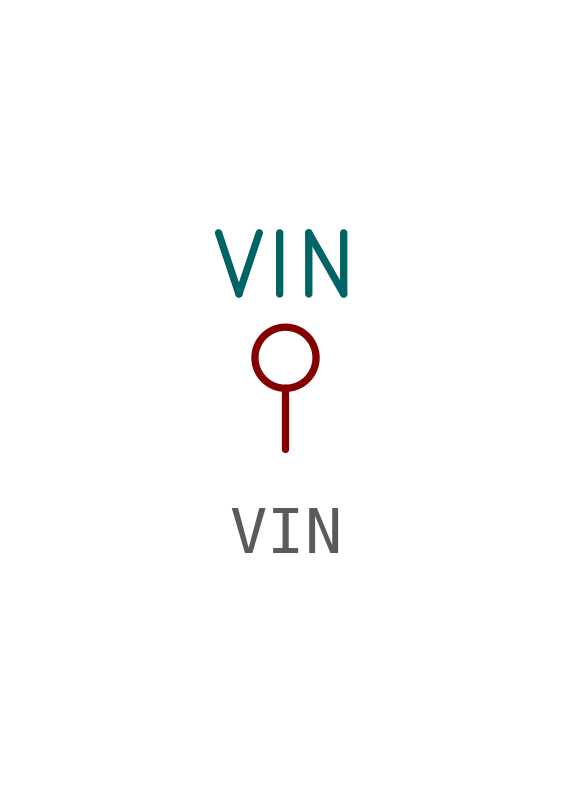
<source format=kicad_sym>
(kicad_symbol_lib
  (version 20211014)
  (generator kicad_symbol_editor)
  (symbol "VIN"
    (power)
    (pin_names
      (offset 0))
    (property "Reference" "#PWR"
      (at 0 -3.81 0)
      (effects (font (size 1.27 1.27)) hide))
    (property "Value" "VIN"
      (at 0 3.81 0)
      (effects (font (size 1.27 1.27))))
    (property "Footprint" ""
      (at 0 0 0)
      (effects (font (size 1.27 1.27))))
    (property "Datasheet" ""
      (at 0 0 0)
      (effects (font (size 1.27 1.27))))
    (symbol "VIN_0_1"
      (polyline (pts (xy 0 0) (xy 0 1.27)) (stroke (width 0) (type default) (color 0 0 0 0)) (fill (type none)))
      (circle (center 0 1.905) (radius 0.635) (stroke (width 0) (type default) (color 0 0 0 0)) (fill (type none))))
    (symbol "VIN_1_1"
      (pin power_in line (at 0 0 180) (length 0) hide (name "VIN" (effects (font (size 1.27 1.27)))) (number "1" (effects (font (size 1.27 1.27))))))))
</source>
